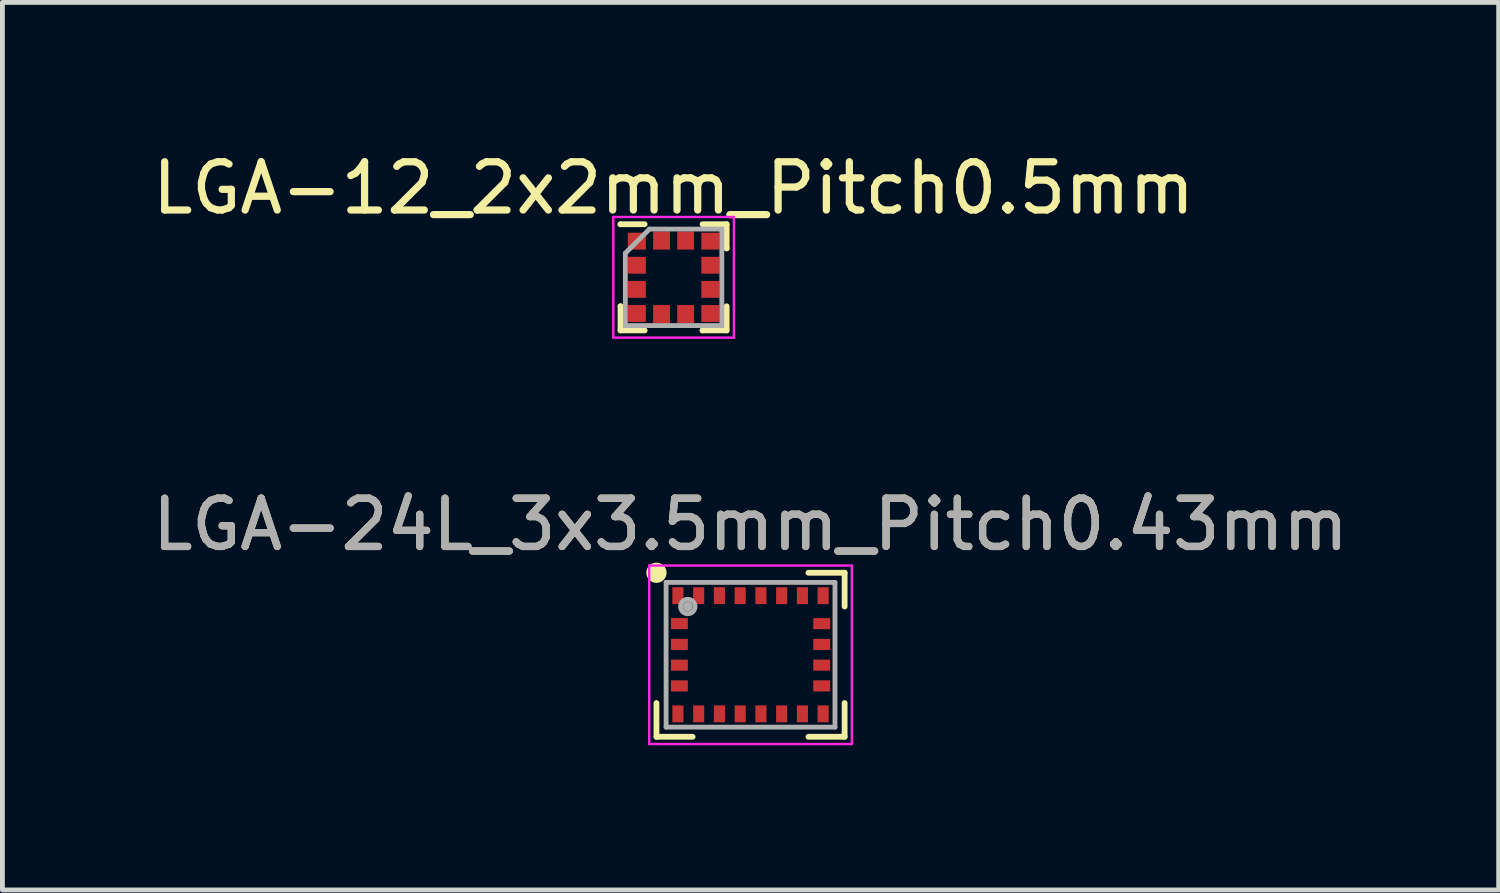
<source format=kicad_pcb>
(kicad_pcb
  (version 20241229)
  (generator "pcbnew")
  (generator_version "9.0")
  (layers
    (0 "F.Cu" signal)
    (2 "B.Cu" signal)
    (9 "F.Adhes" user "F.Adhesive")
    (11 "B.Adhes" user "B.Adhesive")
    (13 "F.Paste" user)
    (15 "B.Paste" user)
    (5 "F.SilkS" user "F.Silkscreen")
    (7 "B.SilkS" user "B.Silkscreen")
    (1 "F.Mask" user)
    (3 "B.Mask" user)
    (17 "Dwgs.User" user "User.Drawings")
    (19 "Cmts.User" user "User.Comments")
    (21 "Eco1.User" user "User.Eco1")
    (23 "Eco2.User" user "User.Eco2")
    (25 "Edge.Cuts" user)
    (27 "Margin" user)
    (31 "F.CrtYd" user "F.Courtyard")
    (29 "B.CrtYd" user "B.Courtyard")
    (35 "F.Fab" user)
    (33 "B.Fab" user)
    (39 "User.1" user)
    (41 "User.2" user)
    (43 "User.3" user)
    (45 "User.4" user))
  (footprint "LGA-12_2x2mm_Pitch0.5mm"
    (layer "F.Cu")
    (at 10.911 2.698)
    (property "Reference" "LGA-12_2x2mm_Pitch0.5mm" (at 0 -1.85 0) (layer "F.SilkS") (effects (font (size 1 1) (thickness 0.15))))
    (attr smd)
    (fp_line (start -1.1 -1.1) (end -1.1 -1.1) (stroke (width 0.12) (type solid)) (layer "F.SilkS"))
    (fp_line (start -1.1 0.6) (end -1.1 0.6) (stroke (width 0.12) (type solid)) (layer "F.SilkS"))
    (fp_line (start -1.1 1.1) (end -1.1 0.6) (stroke (width 0.12) (type solid)) (layer "F.SilkS"))
    (fp_line (start -0.6 -1.1) (end -1.1 -1.1) (stroke (width 0.12) (type solid)) (layer "F.SilkS"))
    (fp_line (start -0.6 1.1) (end -1.1 1.1) (stroke (width 0.12) (type solid)) (layer "F.SilkS"))
    (fp_line (start 0.6 -1.1) (end 1.1 -1.1) (stroke (width 0.12) (type solid)) (layer "F.SilkS"))
    (fp_line (start 0.6 1.1) (end 0.6 1.1) (stroke (width 0.12) (type solid)) (layer "F.SilkS"))
    (fp_line (start 1.1 -1.1) (end 1.1 -0.6) (stroke (width 0.12) (type solid)) (layer "F.SilkS"))
    (fp_line (start 1.1 -0.6) (end 1.1 -0.6) (stroke (width 0.12) (type solid)) (layer "F.SilkS"))
    (fp_line (start 1.1 0.6) (end 1.1 1.1) (stroke (width 0.12) (type solid)) (layer "F.SilkS"))
    (fp_line (start 1.1 1.1) (end 0.6 1.1) (stroke (width 0.12) (type solid)) (layer "F.SilkS"))
    (fp_line (start -1.25 -1.25) (end 1.25 -1.25) (stroke (width 0.05) (type solid)) (layer "F.CrtYd"))
    (fp_line (start -1.25 1.25) (end -1.25 -1.25) (stroke (width 0.05) (type solid)) (layer "F.CrtYd"))
    (fp_line (start 1.25 -1.25) (end 1.25 1.25) (stroke (width 0.05) (type solid)) (layer "F.CrtYd"))
    (fp_line (start 1.25 1.25) (end -1.25 1.25) (stroke (width 0.05) (type solid)) (layer "F.CrtYd"))
    (fp_line (start -1 -0.5) (end -0.5 -1) (stroke (width 0.1) (type solid)) (layer "F.Fab"))
    (fp_line (start -1 1) (end -1 -0.5) (stroke (width 0.1) (type solid)) (layer "F.Fab"))
    (fp_line (start -0.5 -1) (end 1 -1) (stroke (width 0.1) (type solid)) (layer "F.Fab"))
    (fp_line (start 1 -1) (end 1 1) (stroke (width 0.1) (type solid)) (layer "F.Fab"))
    (fp_line (start 1 1) (end -1 1) (stroke (width 0.1) (type solid)) (layer "F.Fab"))
    (pad "1" smd rect (at -0.762 -0.75) (size 0.375 0.35) (layers "F.Cu" "F.Mask" "F.Paste"))
    (pad "2" smd rect (at -0.762 -0.25) (size 0.375 0.35) (layers "F.Cu" "F.Mask" "F.Paste"))
    (pad "3" smd rect (at -0.762 0.25) (size 0.375 0.35) (layers "F.Cu" "F.Mask" "F.Paste"))
    (pad "4" smd rect (at -0.762 0.75) (size 0.375 0.35) (layers "F.Cu" "F.Mask" "F.Paste"))
    (pad "5" smd rect (at -0.25 0.762 90) (size 0.375 0.35) (layers "F.Cu" "F.Mask" "F.Paste"))
    (pad "6" smd rect (at 0.25 0.762 90) (size 0.375 0.35) (layers "F.Cu" "F.Mask" "F.Paste"))
    (pad "7" smd rect (at 0.762 0.75) (size 0.375 0.35) (layers "F.Cu" "F.Mask" "F.Paste"))
    (pad "8" smd rect (at 0.762 0.25) (size 0.375 0.35) (layers "F.Cu" "F.Mask" "F.Paste"))
    (pad "9" smd rect (at 0.762 -0.25) (size 0.375 0.35) (layers "F.Cu" "F.Mask" "F.Paste"))
    (pad "10" smd rect (at 0.762 -0.75) (size 0.375 0.35) (layers "F.Cu" "F.Mask" "F.Paste"))
    (pad "11" smd rect (at 0.25 -0.762 90) (size 0.375 0.35) (layers "F.Cu" "F.Mask" "F.Paste"))
    (pad "12" smd rect (at -0.25 -0.762 90) (size 0.375 0.35) (layers "F.Cu" "F.Mask" "F.Paste")))
  (footprint "LGA-24L_3x3.5mm_Pitch0.43mm"
    (layer "F.Cu")
    (at 12.506 10.521)
    (property "Reference" "LGA-24L_3x3.5mm_Pitch0.43mm" (at 0 -2.7 0) (layer "F.SilkS") (effects (font (size 1 1) (thickness 0.15))))
    (attr smd)
    (fp_line (start -1.95 1.7) (end -1.95 1) (stroke (width 0.12) (type solid)) (layer "F.SilkS"))
    (fp_line (start -1.2 1.7) (end -1.95 1.7) (stroke (width 0.12) (type solid)) (layer "F.SilkS"))
    (fp_line (start 1.2 -1.7) (end 1.95 -1.7) (stroke (width 0.12) (type solid)) (layer "F.SilkS"))
    (fp_line (start 1.95 -1.7) (end 1.95 -1) (stroke (width 0.12) (type solid)) (layer "F.SilkS"))
    (fp_line (start 1.95 1) (end 1.95 1.7) (stroke (width 0.12) (type solid)) (layer "F.SilkS"))
    (fp_line (start 1.95 1.7) (end 1.2 1.7) (stroke (width 0.12) (type solid)) (layer "F.SilkS"))
    (fp_circle (center -1.95 -1.7) (end -1.89 -1.7) (stroke (width 0.12) (type solid)) (fill no) (layer "F.SilkS"))
    (fp_circle (center -1.95 -1.7) (end -1.8 -1.7) (stroke (width 0.12) (type solid)) (fill no) (layer "F.SilkS"))
    (fp_line (start -2.1 -1.85) (end 2.1 -1.85) (stroke (width 0.05) (type solid)) (layer "F.CrtYd"))
    (fp_line (start -2.1 1.85) (end -2.1 -1.85) (stroke (width 0.05) (type solid)) (layer "F.CrtYd"))
    (fp_line (start 2.1 -1.85) (end 2.1 1.85) (stroke (width 0.05) (type solid)) (layer "F.CrtYd"))
    (fp_line (start 2.1 1.85) (end -2.1 1.85) (stroke (width 0.05) (type solid)) (layer "F.CrtYd"))
    (fp_line (start -1.75 -1.5) (end 1.75 -1.5) (stroke (width 0.1) (type solid)) (layer "F.Fab"))
    (fp_line (start -1.75 1.5) (end -1.75 -1.5) (stroke (width 0.1) (type solid)) (layer "F.Fab"))
    (fp_line (start 1.75 -1.5) (end 1.75 1.5) (stroke (width 0.1) (type solid)) (layer "F.Fab"))
    (fp_line (start 1.75 1.5) (end -1.75 1.5) (stroke (width 0.1) (type solid)) (layer "F.Fab"))
    (fp_circle (center -1.3 -1) (end -1.3 -0.95) (stroke (width 0.1) (type solid)) (fill no) (layer "F.Fab"))
    (fp_circle (center -1.3 -1) (end -1.3 -0.85) (stroke (width 0.1) (type solid)) (fill no) (layer "F.Fab"))
    (fp_text user "${REFERENCE}" (at 0 -2.7 0) (layer "F.Fab") (effects (font (size 1 1) (thickness 0.15))))
    (pad "1" smd rect (at -1.505 -1.225) (size 0.23 0.35) (layers "F.Cu" "F.Mask" "F.Paste"))
    (pad "2" smd rect (at -1.475 -0.645) (size 0.35 0.23) (layers "F.Cu" "F.Mask" "F.Paste"))
    (pad "3" smd rect (at -1.475 -0.215) (size 0.35 0.23) (layers "F.Cu" "F.Mask" "F.Paste"))
    (pad "4" smd rect (at -1.475 0.215) (size 0.35 0.23) (layers "F.Cu" "F.Mask" "F.Paste"))
    (pad "5" smd rect (at -1.475 0.645) (size 0.35 0.23) (layers "F.Cu" "F.Mask" "F.Paste"))
    (pad "6" smd rect (at -1.505 1.225) (size 0.23 0.35) (layers "F.Cu" "F.Mask" "F.Paste"))
    (pad "7" smd rect (at -1.075 1.225) (size 0.23 0.35) (layers "F.Cu" "F.Mask" "F.Paste"))
    (pad "8" smd rect (at -0.645 1.225) (size 0.23 0.35) (layers "F.Cu" "F.Mask" "F.Paste"))
    (pad "9" smd rect (at -0.215 1.225) (size 0.23 0.35) (layers "F.Cu" "F.Mask" "F.Paste"))
    (pad "10" smd rect (at 0.215 1.225) (size 0.23 0.35) (layers "F.Cu" "F.Mask" "F.Paste"))
    (pad "11" smd rect (at 0.645 1.225) (size 0.23 0.35) (layers "F.Cu" "F.Mask" "F.Paste"))
    (pad "12" smd rect (at 1.075 1.225) (size 0.23 0.35) (layers "F.Cu" "F.Mask" "F.Paste"))
    (pad "13" smd rect (at 1.505 1.225) (size 0.23 0.35) (layers "F.Cu" "F.Mask" "F.Paste"))
    (pad "14" smd rect (at 1.475 0.645) (size 0.35 0.23) (layers "F.Cu" "F.Mask" "F.Paste"))
    (pad "15" smd rect (at 1.475 0.215) (size 0.35 0.23) (layers "F.Cu" "F.Mask" "F.Paste"))
    (pad "16" smd rect (at 1.475 -0.215) (size 0.35 0.23) (layers "F.Cu" "F.Mask" "F.Paste"))
    (pad "17" smd rect (at 1.475 -0.645) (size 0.35 0.23) (layers "F.Cu" "F.Mask" "F.Paste"))
    (pad "18" smd rect (at 1.505 -1.225) (size 0.23 0.35) (layers "F.Cu" "F.Mask" "F.Paste"))
    (pad "19" smd rect (at 1.075 -1.225) (size 0.23 0.35) (layers "F.Cu" "F.Mask" "F.Paste"))
    (pad "20" smd rect (at 0.645 -1.225) (size 0.23 0.35) (layers "F.Cu" "F.Mask" "F.Paste"))
    (pad "21" smd rect (at 0.215 -1.225) (size 0.23 0.35) (layers "F.Cu" "F.Mask" "F.Paste"))
    (pad "22" smd rect (at -0.215 -1.225) (size 0.23 0.35) (layers "F.Cu" "F.Mask" "F.Paste"))
    (pad "23" smd rect (at -0.645 -1.225) (size 0.23 0.35) (layers "F.Cu" "F.Mask" "F.Paste"))
    (pad "24" smd rect (at -1.075 -1.225) (size 0.23 0.35) (layers "F.Cu" "F.Mask" "F.Paste")))
  (gr_rect
    (start -3 -3)
    (end 28.012 15.396)
    (stroke (width 0.1) (type default))
    (fill no)
    (layer "Edge.Cuts")))
</source>
